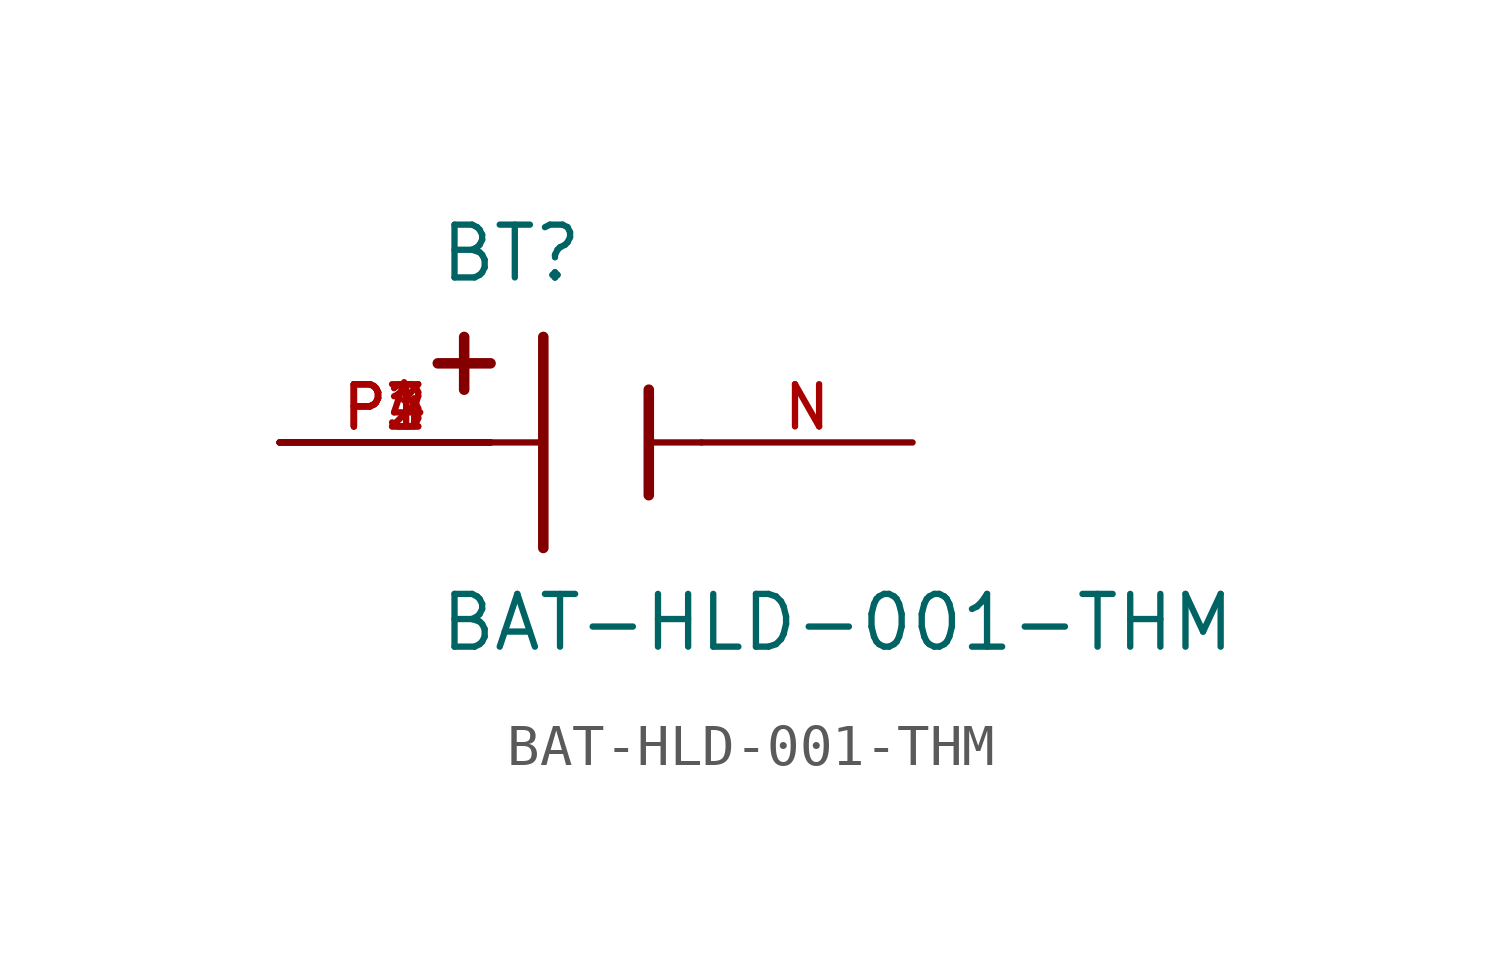
<source format=kicad_sym>
(kicad_symbol_lib
  (version 20211014)
  (generator kicad_symbol_editor)
  (symbol "BAT-HLD-001-THM"
    (pin_names
      (offset 1.016))
    (property "Reference" "BT"
      (at -3.81 3.81 0)
      (effects (font (size 1.27 1.27)) (justify bottom left)))
    (property "Value" "BAT-HLD-001-THM"
      (at -3.81 -5.08 0)
      (effects (font (size 1.27 1.27)) (justify bottom left)))
    (symbol "BAT-HLD-001-THM_0_0"
      (polyline (pts (xy -1.27 2.54) (xy -1.27 -2.54)) (stroke (width 0.254)))
      (polyline (pts (xy 1.27 1.27) (xy 1.27 -1.27)) (stroke (width 0.254)))
      (polyline (pts (xy -1.27 0.0) (xy -2.54 0.0)) (stroke (width 0.152)))
      (polyline (pts (xy 1.27 0.0) (xy 2.54 0.0)) (stroke (width 0.152)))
      (polyline (pts (xy -3.175 2.54) (xy -3.175 1.27)) (stroke (width 0.254)))
      (polyline (pts (xy -3.81 1.905) (xy -2.54 1.905)) (stroke (width 0.254)))
      (pin passive line (at -7.62 0.0 0) (length 5.08) (name "~" (effects (font (size 1.016 1.016)))) (number "P1" (effects (font (size 1.016 1.016)))))
      (pin passive line (at 7.62 0.0 180.0) (length 5.08) (name "~" (effects (font (size 1.016 1.016)))) (number "N" (effects (font (size 1.016 1.016)))))
      (pin passive line (at -7.62 0.0 0) (length 5.08) (name "~" (effects (font (size 1.016 1.016)))) (number "P2" (effects (font (size 1.016 1.016)))))
      (pin passive line (at -7.62 0.0 0) (length 5.08) (name "~" (effects (font (size 1.016 1.016)))) (number "P3" (effects (font (size 1.016 1.016)))))
      (pin passive line (at -7.62 0.0 0) (length 5.08) (name "~" (effects (font (size 1.016 1.016)))) (number "P4" (effects (font (size 1.016 1.016))))))))
</source>
